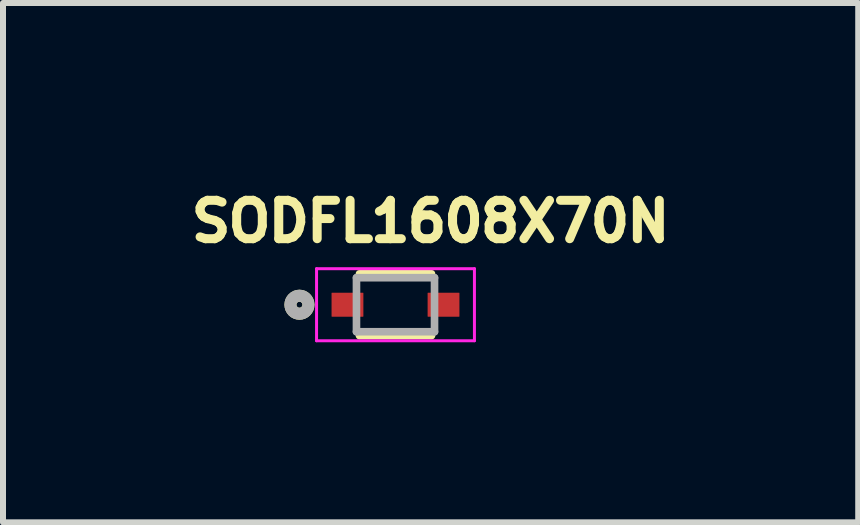
<source format=kicad_pcb>
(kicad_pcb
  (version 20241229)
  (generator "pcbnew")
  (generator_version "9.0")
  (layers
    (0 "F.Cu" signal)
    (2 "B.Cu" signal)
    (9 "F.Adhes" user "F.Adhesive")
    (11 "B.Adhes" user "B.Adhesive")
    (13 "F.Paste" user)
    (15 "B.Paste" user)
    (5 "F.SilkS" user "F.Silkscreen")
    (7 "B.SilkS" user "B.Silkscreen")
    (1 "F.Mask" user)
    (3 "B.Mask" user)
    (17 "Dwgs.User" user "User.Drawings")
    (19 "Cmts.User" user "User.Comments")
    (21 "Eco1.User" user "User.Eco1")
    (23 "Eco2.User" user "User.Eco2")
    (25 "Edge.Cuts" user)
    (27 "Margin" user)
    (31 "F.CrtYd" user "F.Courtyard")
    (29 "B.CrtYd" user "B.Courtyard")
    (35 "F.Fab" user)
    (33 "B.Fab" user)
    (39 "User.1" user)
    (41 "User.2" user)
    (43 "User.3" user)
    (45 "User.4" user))
  (footprint "SODFL1608X70N"
    (layer "F.Cu")
    (at 3.538 2.026)
    (property "Reference" "SODFL1608X70N" (at 0.585 -1.388 0) (layer "F.SilkS") (effects (font (size 0.64 0.64) (thickness 0.15))))
    (attr smd)
    (fp_line (start -0.6 -0.515) (end 0.6 -0.515) (stroke (width 0.127) (type solid)) (layer "F.SilkS"))
    (fp_line (start 0.6 0.515) (end -0.6 0.515) (stroke (width 0.127) (type solid)) (layer "F.SilkS"))
    (fp_circle (center -1.6 0) (end -1.55 0) (stroke (width 0.2) (type solid)) (fill no) (layer "F.SilkS"))
    (fp_line (start -1.315 -0.6) (end 1.315 -0.6) (stroke (width 0.05) (type solid)) (layer "F.CrtYd"))
    (fp_line (start -1.315 0.6) (end -1.315 -0.6) (stroke (width 0.05) (type solid)) (layer "F.CrtYd"))
    (fp_line (start 1.315 -0.6) (end 1.315 0.6) (stroke (width 0.05) (type solid)) (layer "F.CrtYd"))
    (fp_line (start 1.315 0.6) (end -1.315 0.6) (stroke (width 0.05) (type solid)) (layer "F.CrtYd"))
    (fp_line (start -0.65 -0.45) (end 0.65 -0.45) (stroke (width 0.127) (type solid)) (layer "F.Fab"))
    (fp_line (start -0.65 0.45) (end -0.65 -0.45) (stroke (width 0.127) (type solid)) (layer "F.Fab"))
    (fp_line (start 0.65 -0.45) (end 0.65 0.45) (stroke (width 0.127) (type solid)) (layer "F.Fab"))
    (fp_line (start 0.65 0.45) (end -0.65 0.45) (stroke (width 0.127) (type solid)) (layer "F.Fab"))
    (fp_circle (center -1.6 0) (end -1.55 0) (stroke (width 0.2) (type solid)) (fill no) (layer "F.Fab"))
    (pad "A" smd roundrect (at 0.8 0) (size 0.53 0.4) (layers "F.Cu" "F.Mask" "F.Paste") (roundrect_rratio 0.02))
    (pad "C" smd roundrect (at -0.8 0) (size 0.53 0.4) (layers "F.Cu" "F.Mask" "F.Paste") (roundrect_rratio 0.02)))
  (gr_rect
    (start -3 -3)
    (end 11.246 5.651)
    (stroke (width 0.1) (type default))
    (fill no)
    (layer "Edge.Cuts")))
</source>
